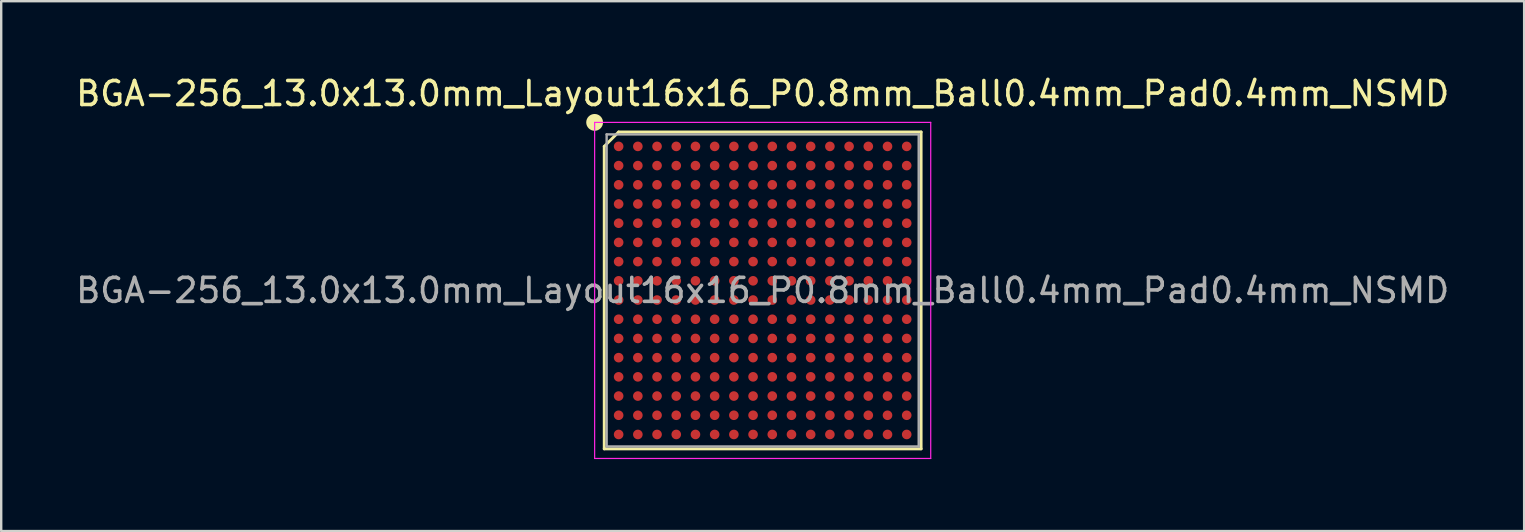
<source format=kicad_pcb>
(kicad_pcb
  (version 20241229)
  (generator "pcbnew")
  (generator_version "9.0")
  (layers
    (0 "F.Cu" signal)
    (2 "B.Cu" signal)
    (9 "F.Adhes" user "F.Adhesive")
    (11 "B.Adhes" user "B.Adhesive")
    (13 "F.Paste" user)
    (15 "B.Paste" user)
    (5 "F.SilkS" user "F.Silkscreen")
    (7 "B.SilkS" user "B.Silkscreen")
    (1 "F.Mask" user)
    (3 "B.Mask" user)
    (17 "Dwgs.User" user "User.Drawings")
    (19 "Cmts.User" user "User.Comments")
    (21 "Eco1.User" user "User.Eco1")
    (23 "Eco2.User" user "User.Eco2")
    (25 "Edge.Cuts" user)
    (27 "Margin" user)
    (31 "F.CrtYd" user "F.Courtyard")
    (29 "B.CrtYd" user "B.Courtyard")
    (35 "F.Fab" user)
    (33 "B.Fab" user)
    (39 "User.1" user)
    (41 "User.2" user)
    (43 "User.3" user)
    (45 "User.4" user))
  (footprint "BGA-256_13.0x13.0mm_Layout16x16_P0.8mm_Ball0.4mm_Pad0.4mm_NSMD"
    (layer "F.Cu")
    (at 28.72 9.048)
    (property "Reference" "BGA-256_13.0x13.0mm_Layout16x16_P0.8mm_Ball0.4mm_Pad0.4mm_NSMD" (at 0 -8.2 0) (layer "F.SilkS") (effects (font (size 1 1) (thickness 0.15))))
    (attr smd)
    (fp_line (start -6.6 -6) (end -6.6 6.6) (stroke (width 0.12) (type solid)) (layer "F.SilkS"))
    (fp_line (start -6.6 6.6) (end 6.6 6.6) (stroke (width 0.12) (type solid)) (layer "F.SilkS"))
    (fp_line (start -6 -6.6) (end -6.6 -6) (stroke (width 0.12) (type default)) (layer "F.SilkS"))
    (fp_line (start 6.6 -6.6) (end -6 -6.6) (stroke (width 0.12) (type solid)) (layer "F.SilkS"))
    (fp_line (start 6.6 6.6) (end 6.6 -6.6) (stroke (width 0.12) (type solid)) (layer "F.SilkS"))
    (fp_circle (center -7 -7) (end -6.7 -7) (stroke (width 0.1) (type solid)) (fill yes) (layer "F.SilkS"))
    (fp_line (start -7 -7) (end -7 7) (stroke (width 0.05) (type solid)) (layer "F.CrtYd"))
    (fp_line (start -7 -7) (end 7 -7) (stroke (width 0.05) (type solid)) (layer "F.CrtYd"))
    (fp_line (start 7 7) (end -7 7) (stroke (width 0.05) (type solid)) (layer "F.CrtYd"))
    (fp_line (start 7 7) (end 7 -7) (stroke (width 0.05) (type solid)) (layer "F.CrtYd"))
    (fp_line (start -6.5 -6.5) (end -6.5 6.5) (stroke (width 0.1) (type solid)) (layer "F.Fab"))
    (fp_line (start -6.5 6.5) (end 6.5 6.5) (stroke (width 0.1) (type solid)) (layer "F.Fab"))
    (fp_line (start 6.5 -6.5) (end -6.5 -6.5) (stroke (width 0.1) (type solid)) (layer "F.Fab"))
    (fp_line (start 6.5 6.5) (end 6.5 -6.5) (stroke (width 0.1) (type solid)) (layer "F.Fab"))
    (fp_text user "${REFERENCE}" (at 0 0 0) (layer "F.Fab") (effects (font (size 1 1) (thickness 0.15))))
    (pad "A1" smd circle (at -6 -6) (size 0.4 0.4) (layers "F.Cu" "F.Mask" "F.Paste"))
    (pad "A2" smd circle (at -5.2 -6) (size 0.4 0.4) (layers "F.Cu" "F.Mask" "F.Paste"))
    (pad "A3" smd circle (at -4.4 -6) (size 0.4 0.4) (layers "F.Cu" "F.Mask" "F.Paste"))
    (pad "A4" smd circle (at -3.6 -6) (size 0.4 0.4) (layers "F.Cu" "F.Mask" "F.Paste"))
    (pad "A5" smd circle (at -2.8 -6) (size 0.4 0.4) (layers "F.Cu" "F.Mask" "F.Paste"))
    (pad "A6" smd circle (at -2 -6) (size 0.4 0.4) (layers "F.Cu" "F.Mask" "F.Paste"))
    (pad "A7" smd circle (at -1.2 -6) (size 0.4 0.4) (layers "F.Cu" "F.Mask" "F.Paste"))
    (pad "A8" smd circle (at -0.4 -6) (size 0.4 0.4) (layers "F.Cu" "F.Mask" "F.Paste"))
    (pad "A9" smd circle (at 0.4 -6) (size 0.4 0.4) (layers "F.Cu" "F.Mask" "F.Paste"))
    (pad "A10" smd circle (at 1.2 -6) (size 0.4 0.4) (layers "F.Cu" "F.Mask" "F.Paste"))
    (pad "A11" smd circle (at 2 -6) (size 0.4 0.4) (layers "F.Cu" "F.Mask" "F.Paste"))
    (pad "A12" smd circle (at 2.8 -6) (size 0.4 0.4) (layers "F.Cu" "F.Mask" "F.Paste"))
    (pad "A13" smd circle (at 3.6 -6) (size 0.4 0.4) (layers "F.Cu" "F.Mask" "F.Paste"))
    (pad "A14" smd circle (at 4.4 -6) (size 0.4 0.4) (layers "F.Cu" "F.Mask" "F.Paste"))
    (pad "A15" smd circle (at 5.2 -6) (size 0.4 0.4) (layers "F.Cu" "F.Mask" "F.Paste"))
    (pad "A16" smd circle (at 6 -6) (size 0.4 0.4) (layers "F.Cu" "F.Mask" "F.Paste"))
    (pad "B1" smd circle (at -6 -5.2) (size 0.4 0.4) (layers "F.Cu" "F.Mask" "F.Paste"))
    (pad "B2" smd circle (at -5.2 -5.2) (size 0.4 0.4) (layers "F.Cu" "F.Mask" "F.Paste"))
    (pad "B3" smd circle (at -4.4 -5.2) (size 0.4 0.4) (layers "F.Cu" "F.Mask" "F.Paste"))
    (pad "B4" smd circle (at -3.6 -5.2) (size 0.4 0.4) (layers "F.Cu" "F.Mask" "F.Paste"))
    (pad "B5" smd circle (at -2.8 -5.2) (size 0.4 0.4) (layers "F.Cu" "F.Mask" "F.Paste"))
    (pad "B6" smd circle (at -2 -5.2) (size 0.4 0.4) (layers "F.Cu" "F.Mask" "F.Paste"))
    (pad "B7" smd circle (at -1.2 -5.2) (size 0.4 0.4) (layers "F.Cu" "F.Mask" "F.Paste"))
    (pad "B8" smd circle (at -0.4 -5.2) (size 0.4 0.4) (layers "F.Cu" "F.Mask" "F.Paste"))
    (pad "B9" smd circle (at 0.4 -5.2) (size 0.4 0.4) (layers "F.Cu" "F.Mask" "F.Paste"))
    (pad "B10" smd circle (at 1.2 -5.2) (size 0.4 0.4) (layers "F.Cu" "F.Mask" "F.Paste"))
    (pad "B11" smd circle (at 2 -5.2) (size 0.4 0.4) (layers "F.Cu" "F.Mask" "F.Paste"))
    (pad "B12" smd circle (at 2.8 -5.2) (size 0.4 0.4) (layers "F.Cu" "F.Mask" "F.Paste"))
    (pad "B13" smd circle (at 3.6 -5.2) (size 0.4 0.4) (layers "F.Cu" "F.Mask" "F.Paste"))
    (pad "B14" smd circle (at 4.4 -5.2) (size 0.4 0.4) (layers "F.Cu" "F.Mask" "F.Paste"))
    (pad "B15" smd circle (at 5.2 -5.2) (size 0.4 0.4) (layers "F.Cu" "F.Mask" "F.Paste"))
    (pad "B16" smd circle (at 6 -5.2) (size 0.4 0.4) (layers "F.Cu" "F.Mask" "F.Paste"))
    (pad "C1" smd circle (at -6 -4.4) (size 0.4 0.4) (layers "F.Cu" "F.Mask" "F.Paste"))
    (pad "C2" smd circle (at -5.2 -4.4) (size 0.4 0.4) (layers "F.Cu" "F.Mask" "F.Paste"))
    (pad "C3" smd circle (at -4.4 -4.4) (size 0.4 0.4) (layers "F.Cu" "F.Mask" "F.Paste"))
    (pad "C4" smd circle (at -3.6 -4.4) (size 0.4 0.4) (layers "F.Cu" "F.Mask" "F.Paste"))
    (pad "C5" smd circle (at -2.8 -4.4) (size 0.4 0.4) (layers "F.Cu" "F.Mask" "F.Paste"))
    (pad "C6" smd circle (at -2 -4.4) (size 0.4 0.4) (layers "F.Cu" "F.Mask" "F.Paste"))
    (pad "C7" smd circle (at -1.2 -4.4) (size 0.4 0.4) (layers "F.Cu" "F.Mask" "F.Paste"))
    (pad "C8" smd circle (at -0.4 -4.4) (size 0.4 0.4) (layers "F.Cu" "F.Mask" "F.Paste"))
    (pad "C9" smd circle (at 0.4 -4.4) (size 0.4 0.4) (layers "F.Cu" "F.Mask" "F.Paste"))
    (pad "C10" smd circle (at 1.2 -4.4) (size 0.4 0.4) (layers "F.Cu" "F.Mask" "F.Paste"))
    (pad "C11" smd circle (at 2 -4.4) (size 0.4 0.4) (layers "F.Cu" "F.Mask" "F.Paste"))
    (pad "C12" smd circle (at 2.8 -4.4) (size 0.4 0.4) (layers "F.Cu" "F.Mask" "F.Paste"))
    (pad "C13" smd circle (at 3.6 -4.4) (size 0.4 0.4) (layers "F.Cu" "F.Mask" "F.Paste"))
    (pad "C14" smd circle (at 4.4 -4.4) (size 0.4 0.4) (layers "F.Cu" "F.Mask" "F.Paste"))
    (pad "C15" smd circle (at 5.2 -4.4) (size 0.4 0.4) (layers "F.Cu" "F.Mask" "F.Paste"))
    (pad "C16" smd circle (at 6 -4.4) (size 0.4 0.4) (layers "F.Cu" "F.Mask" "F.Paste"))
    (pad "D1" smd circle (at -6 -3.6) (size 0.4 0.4) (layers "F.Cu" "F.Mask" "F.Paste"))
    (pad "D2" smd circle (at -5.2 -3.6) (size 0.4 0.4) (layers "F.Cu" "F.Mask" "F.Paste"))
    (pad "D3" smd circle (at -4.4 -3.6) (size 0.4 0.4) (layers "F.Cu" "F.Mask" "F.Paste"))
    (pad "D4" smd circle (at -3.6 -3.6) (size 0.4 0.4) (layers "F.Cu" "F.Mask" "F.Paste"))
    (pad "D5" smd circle (at -2.8 -3.6) (size 0.4 0.4) (layers "F.Cu" "F.Mask" "F.Paste"))
    (pad "D6" smd circle (at -2 -3.6) (size 0.4 0.4) (layers "F.Cu" "F.Mask" "F.Paste"))
    (pad "D7" smd circle (at -1.2 -3.6) (size 0.4 0.4) (layers "F.Cu" "F.Mask" "F.Paste"))
    (pad "D8" smd circle (at -0.4 -3.6) (size 0.4 0.4) (layers "F.Cu" "F.Mask" "F.Paste"))
    (pad "D9" smd circle (at 0.4 -3.6) (size 0.4 0.4) (layers "F.Cu" "F.Mask" "F.Paste"))
    (pad "D10" smd circle (at 1.2 -3.6) (size 0.4 0.4) (layers "F.Cu" "F.Mask" "F.Paste"))
    (pad "D11" smd circle (at 2 -3.6) (size 0.4 0.4) (layers "F.Cu" "F.Mask" "F.Paste"))
    (pad "D12" smd circle (at 2.8 -3.6) (size 0.4 0.4) (layers "F.Cu" "F.Mask" "F.Paste"))
    (pad "D13" smd circle (at 3.6 -3.6) (size 0.4 0.4) (layers "F.Cu" "F.Mask" "F.Paste"))
    (pad "D14" smd circle (at 4.4 -3.6) (size 0.4 0.4) (layers "F.Cu" "F.Mask" "F.Paste"))
    (pad "D15" smd circle (at 5.2 -3.6) (size 0.4 0.4) (layers "F.Cu" "F.Mask" "F.Paste"))
    (pad "D16" smd circle (at 6 -3.6) (size 0.4 0.4) (layers "F.Cu" "F.Mask" "F.Paste"))
    (pad "E1" smd circle (at -6 -2.8) (size 0.4 0.4) (layers "F.Cu" "F.Mask" "F.Paste"))
    (pad "E2" smd circle (at -5.2 -2.8) (size 0.4 0.4) (layers "F.Cu" "F.Mask" "F.Paste"))
    (pad "E3" smd circle (at -4.4 -2.8) (size 0.4 0.4) (layers "F.Cu" "F.Mask" "F.Paste"))
    (pad "E4" smd circle (at -3.6 -2.8) (size 0.4 0.4) (layers "F.Cu" "F.Mask" "F.Paste"))
    (pad "E5" smd circle (at -2.8 -2.8) (size 0.4 0.4) (layers "F.Cu" "F.Mask" "F.Paste"))
    (pad "E6" smd circle (at -2 -2.8) (size 0.4 0.4) (layers "F.Cu" "F.Mask" "F.Paste"))
    (pad "E7" smd circle (at -1.2 -2.8) (size 0.4 0.4) (layers "F.Cu" "F.Mask" "F.Paste"))
    (pad "E8" smd circle (at -0.4 -2.8) (size 0.4 0.4) (layers "F.Cu" "F.Mask" "F.Paste"))
    (pad "E9" smd circle (at 0.4 -2.8) (size 0.4 0.4) (layers "F.Cu" "F.Mask" "F.Paste"))
    (pad "E10" smd circle (at 1.2 -2.8) (size 0.4 0.4) (layers "F.Cu" "F.Mask" "F.Paste"))
    (pad "E11" smd circle (at 2 -2.8) (size 0.4 0.4) (layers "F.Cu" "F.Mask" "F.Paste"))
    (pad "E12" smd circle (at 2.8 -2.8) (size 0.4 0.4) (layers "F.Cu" "F.Mask" "F.Paste"))
    (pad "E13" smd circle (at 3.6 -2.8) (size 0.4 0.4) (layers "F.Cu" "F.Mask" "F.Paste"))
    (pad "E14" smd circle (at 4.4 -2.8) (size 0.4 0.4) (layers "F.Cu" "F.Mask" "F.Paste"))
    (pad "E15" smd circle (at 5.2 -2.8) (size 0.4 0.4) (layers "F.Cu" "F.Mask" "F.Paste"))
    (pad "E16" smd circle (at 6 -2.8) (size 0.4 0.4) (layers "F.Cu" "F.Mask" "F.Paste"))
    (pad "F1" smd circle (at -6 -2) (size 0.4 0.4) (layers "F.Cu" "F.Mask" "F.Paste"))
    (pad "F2" smd circle (at -5.2 -2) (size 0.4 0.4) (layers "F.Cu" "F.Mask" "F.Paste"))
    (pad "F3" smd circle (at -4.4 -2) (size 0.4 0.4) (layers "F.Cu" "F.Mask" "F.Paste"))
    (pad "F4" smd circle (at -3.6 -2) (size 0.4 0.4) (layers "F.Cu" "F.Mask" "F.Paste"))
    (pad "F5" smd circle (at -2.8 -2) (size 0.4 0.4) (layers "F.Cu" "F.Mask" "F.Paste"))
    (pad "F6" smd circle (at -2 -2) (size 0.4 0.4) (layers "F.Cu" "F.Mask" "F.Paste"))
    (pad "F7" smd circle (at -1.2 -2) (size 0.4 0.4) (layers "F.Cu" "F.Mask" "F.Paste"))
    (pad "F8" smd circle (at -0.4 -2) (size 0.4 0.4) (layers "F.Cu" "F.Mask" "F.Paste"))
    (pad "F9" smd circle (at 0.4 -2) (size 0.4 0.4) (layers "F.Cu" "F.Mask" "F.Paste"))
    (pad "F10" smd circle (at 1.2 -2) (size 0.4 0.4) (layers "F.Cu" "F.Mask" "F.Paste"))
    (pad "F11" smd circle (at 2 -2) (size 0.4 0.4) (layers "F.Cu" "F.Mask" "F.Paste"))
    (pad "F12" smd circle (at 2.8 -2) (size 0.4 0.4) (layers "F.Cu" "F.Mask" "F.Paste"))
    (pad "F13" smd circle (at 3.6 -2) (size 0.4 0.4) (layers "F.Cu" "F.Mask" "F.Paste"))
    (pad "F14" smd circle (at 4.4 -2) (size 0.4 0.4) (layers "F.Cu" "F.Mask" "F.Paste"))
    (pad "F15" smd circle (at 5.2 -2) (size 0.4 0.4) (layers "F.Cu" "F.Mask" "F.Paste"))
    (pad "F16" smd circle (at 6 -2) (size 0.4 0.4) (layers "F.Cu" "F.Mask" "F.Paste"))
    (pad "G1" smd circle (at -6 -1.2) (size 0.4 0.4) (layers "F.Cu" "F.Mask" "F.Paste"))
    (pad "G2" smd circle (at -5.2 -1.2) (size 0.4 0.4) (layers "F.Cu" "F.Mask" "F.Paste"))
    (pad "G3" smd circle (at -4.4 -1.2) (size 0.4 0.4) (layers "F.Cu" "F.Mask" "F.Paste"))
    (pad "G4" smd circle (at -3.6 -1.2) (size 0.4 0.4) (layers "F.Cu" "F.Mask" "F.Paste"))
    (pad "G5" smd circle (at -2.8 -1.2) (size 0.4 0.4) (layers "F.Cu" "F.Mask" "F.Paste"))
    (pad "G6" smd circle (at -2 -1.2) (size 0.4 0.4) (layers "F.Cu" "F.Mask" "F.Paste"))
    (pad "G7" smd circle (at -1.2 -1.2) (size 0.4 0.4) (layers "F.Cu" "F.Mask" "F.Paste"))
    (pad "G8" smd circle (at -0.4 -1.2) (size 0.4 0.4) (layers "F.Cu" "F.Mask" "F.Paste"))
    (pad "G9" smd circle (at 0.4 -1.2) (size 0.4 0.4) (layers "F.Cu" "F.Mask" "F.Paste"))
    (pad "G10" smd circle (at 1.2 -1.2) (size 0.4 0.4) (layers "F.Cu" "F.Mask" "F.Paste"))
    (pad "G11" smd circle (at 2 -1.2) (size 0.4 0.4) (layers "F.Cu" "F.Mask" "F.Paste"))
    (pad "G12" smd circle (at 2.8 -1.2) (size 0.4 0.4) (layers "F.Cu" "F.Mask" "F.Paste"))
    (pad "G13" smd circle (at 3.6 -1.2) (size 0.4 0.4) (layers "F.Cu" "F.Mask" "F.Paste"))
    (pad "G14" smd circle (at 4.4 -1.2) (size 0.4 0.4) (layers "F.Cu" "F.Mask" "F.Paste"))
    (pad "G15" smd circle (at 5.2 -1.2) (size 0.4 0.4) (layers "F.Cu" "F.Mask" "F.Paste"))
    (pad "G16" smd circle (at 6 -1.2) (size 0.4 0.4) (layers "F.Cu" "F.Mask" "F.Paste"))
    (pad "H1" smd circle (at -6 -0.4) (size 0.4 0.4) (layers "F.Cu" "F.Mask" "F.Paste"))
    (pad "H2" smd circle (at -5.2 -0.4) (size 0.4 0.4) (layers "F.Cu" "F.Mask" "F.Paste"))
    (pad "H3" smd circle (at -4.4 -0.4) (size 0.4 0.4) (layers "F.Cu" "F.Mask" "F.Paste"))
    (pad "H4" smd circle (at -3.6 -0.4) (size 0.4 0.4) (layers "F.Cu" "F.Mask" "F.Paste"))
    (pad "H5" smd circle (at -2.8 -0.4) (size 0.4 0.4) (layers "F.Cu" "F.Mask" "F.Paste"))
    (pad "H6" smd circle (at -2 -0.4) (size 0.4 0.4) (layers "F.Cu" "F.Mask" "F.Paste"))
    (pad "H7" smd circle (at -1.2 -0.4) (size 0.4 0.4) (layers "F.Cu" "F.Mask" "F.Paste"))
    (pad "H8" smd circle (at -0.4 -0.4) (size 0.4 0.4) (layers "F.Cu" "F.Mask" "F.Paste"))
    (pad "H9" smd circle (at 0.4 -0.4) (size 0.4 0.4) (layers "F.Cu" "F.Mask" "F.Paste"))
    (pad "H10" smd circle (at 1.2 -0.4) (size 0.4 0.4) (layers "F.Cu" "F.Mask" "F.Paste"))
    (pad "H11" smd circle (at 2 -0.4) (size 0.4 0.4) (layers "F.Cu" "F.Mask" "F.Paste"))
    (pad "H12" smd circle (at 2.8 -0.4) (size 0.4 0.4) (layers "F.Cu" "F.Mask" "F.Paste"))
    (pad "H13" smd circle (at 3.6 -0.4) (size 0.4 0.4) (layers "F.Cu" "F.Mask" "F.Paste"))
    (pad "H14" smd circle (at 4.4 -0.4) (size 0.4 0.4) (layers "F.Cu" "F.Mask" "F.Paste"))
    (pad "H15" smd circle (at 5.2 -0.4) (size 0.4 0.4) (layers "F.Cu" "F.Mask" "F.Paste"))
    (pad "H16" smd circle (at 6 -0.4) (size 0.4 0.4) (layers "F.Cu" "F.Mask" "F.Paste"))
    (pad "J1" smd circle (at -6 0.4) (size 0.4 0.4) (layers "F.Cu" "F.Mask" "F.Paste"))
    (pad "J2" smd circle (at -5.2 0.4) (size 0.4 0.4) (layers "F.Cu" "F.Mask" "F.Paste"))
    (pad "J3" smd circle (at -4.4 0.4) (size 0.4 0.4) (layers "F.Cu" "F.Mask" "F.Paste"))
    (pad "J4" smd circle (at -3.6 0.4) (size 0.4 0.4) (layers "F.Cu" "F.Mask" "F.Paste"))
    (pad "J5" smd circle (at -2.8 0.4) (size 0.4 0.4) (layers "F.Cu" "F.Mask" "F.Paste"))
    (pad "J6" smd circle (at -2 0.4) (size 0.4 0.4) (layers "F.Cu" "F.Mask" "F.Paste"))
    (pad "J7" smd circle (at -1.2 0.4) (size 0.4 0.4) (layers "F.Cu" "F.Mask" "F.Paste"))
    (pad "J8" smd circle (at -0.4 0.4) (size 0.4 0.4) (layers "F.Cu" "F.Mask" "F.Paste"))
    (pad "J9" smd circle (at 0.4 0.4) (size 0.4 0.4) (layers "F.Cu" "F.Mask" "F.Paste"))
    (pad "J10" smd circle (at 1.2 0.4) (size 0.4 0.4) (layers "F.Cu" "F.Mask" "F.Paste"))
    (pad "J11" smd circle (at 2 0.4) (size 0.4 0.4) (layers "F.Cu" "F.Mask" "F.Paste"))
    (pad "J12" smd circle (at 2.8 0.4) (size 0.4 0.4) (layers "F.Cu" "F.Mask" "F.Paste"))
    (pad "J13" smd circle (at 3.6 0.4) (size 0.4 0.4) (layers "F.Cu" "F.Mask" "F.Paste"))
    (pad "J14" smd circle (at 4.4 0.4) (size 0.4 0.4) (layers "F.Cu" "F.Mask" "F.Paste"))
    (pad "J15" smd circle (at 5.2 0.4) (size 0.4 0.4) (layers "F.Cu" "F.Mask" "F.Paste"))
    (pad "J16" smd circle (at 6 0.4) (size 0.4 0.4) (layers "F.Cu" "F.Mask" "F.Paste"))
    (pad "K1" smd circle (at -6 1.2) (size 0.4 0.4) (layers "F.Cu" "F.Mask" "F.Paste"))
    (pad "K2" smd circle (at -5.2 1.2) (size 0.4 0.4) (layers "F.Cu" "F.Mask" "F.Paste"))
    (pad "K3" smd circle (at -4.4 1.2) (size 0.4 0.4) (layers "F.Cu" "F.Mask" "F.Paste"))
    (pad "K4" smd circle (at -3.6 1.2) (size 0.4 0.4) (layers "F.Cu" "F.Mask" "F.Paste"))
    (pad "K5" smd circle (at -2.8 1.2) (size 0.4 0.4) (layers "F.Cu" "F.Mask" "F.Paste"))
    (pad "K6" smd circle (at -2 1.2) (size 0.4 0.4) (layers "F.Cu" "F.Mask" "F.Paste"))
    (pad "K7" smd circle (at -1.2 1.2) (size 0.4 0.4) (layers "F.Cu" "F.Mask" "F.Paste"))
    (pad "K8" smd circle (at -0.4 1.2) (size 0.4 0.4) (layers "F.Cu" "F.Mask" "F.Paste"))
    (pad "K9" smd circle (at 0.4 1.2) (size 0.4 0.4) (layers "F.Cu" "F.Mask" "F.Paste"))
    (pad "K10" smd circle (at 1.2 1.2) (size 0.4 0.4) (layers "F.Cu" "F.Mask" "F.Paste"))
    (pad "K11" smd circle (at 2 1.2) (size 0.4 0.4) (layers "F.Cu" "F.Mask" "F.Paste"))
    (pad "K12" smd circle (at 2.8 1.2) (size 0.4 0.4) (layers "F.Cu" "F.Mask" "F.Paste"))
    (pad "K13" smd circle (at 3.6 1.2) (size 0.4 0.4) (layers "F.Cu" "F.Mask" "F.Paste"))
    (pad "K14" smd circle (at 4.4 1.2) (size 0.4 0.4) (layers "F.Cu" "F.Mask" "F.Paste"))
    (pad "K15" smd circle (at 5.2 1.2) (size 0.4 0.4) (layers "F.Cu" "F.Mask" "F.Paste"))
    (pad "K16" smd circle (at 6 1.2) (size 0.4 0.4) (layers "F.Cu" "F.Mask" "F.Paste"))
    (pad "L1" smd circle (at -6 2) (size 0.4 0.4) (layers "F.Cu" "F.Mask" "F.Paste"))
    (pad "L2" smd circle (at -5.2 2) (size 0.4 0.4) (layers "F.Cu" "F.Mask" "F.Paste"))
    (pad "L3" smd circle (at -4.4 2) (size 0.4 0.4) (layers "F.Cu" "F.Mask" "F.Paste"))
    (pad "L4" smd circle (at -3.6 2) (size 0.4 0.4) (layers "F.Cu" "F.Mask" "F.Paste"))
    (pad "L5" smd circle (at -2.8 2) (size 0.4 0.4) (layers "F.Cu" "F.Mask" "F.Paste"))
    (pad "L6" smd circle (at -2 2) (size 0.4 0.4) (layers "F.Cu" "F.Mask" "F.Paste"))
    (pad "L7" smd circle (at -1.2 2) (size 0.4 0.4) (layers "F.Cu" "F.Mask" "F.Paste"))
    (pad "L8" smd circle (at -0.4 2) (size 0.4 0.4) (layers "F.Cu" "F.Mask" "F.Paste"))
    (pad "L9" smd circle (at 0.4 2) (size 0.4 0.4) (layers "F.Cu" "F.Mask" "F.Paste"))
    (pad "L10" smd circle (at 1.2 2) (size 0.4 0.4) (layers "F.Cu" "F.Mask" "F.Paste"))
    (pad "L11" smd circle (at 2 2) (size 0.4 0.4) (layers "F.Cu" "F.Mask" "F.Paste"))
    (pad "L12" smd circle (at 2.8 2) (size 0.4 0.4) (layers "F.Cu" "F.Mask" "F.Paste"))
    (pad "L13" smd circle (at 3.6 2) (size 0.4 0.4) (layers "F.Cu" "F.Mask" "F.Paste"))
    (pad "L14" smd circle (at 4.4 2) (size 0.4 0.4) (layers "F.Cu" "F.Mask" "F.Paste"))
    (pad "L15" smd circle (at 5.2 2) (size 0.4 0.4) (layers "F.Cu" "F.Mask" "F.Paste"))
    (pad "L16" smd circle (at 6 2) (size 0.4 0.4) (layers "F.Cu" "F.Mask" "F.Paste"))
    (pad "M1" smd circle (at -6 2.8) (size 0.4 0.4) (layers "F.Cu" "F.Mask" "F.Paste"))
    (pad "M2" smd circle (at -5.2 2.8) (size 0.4 0.4) (layers "F.Cu" "F.Mask" "F.Paste"))
    (pad "M3" smd circle (at -4.4 2.8) (size 0.4 0.4) (layers "F.Cu" "F.Mask" "F.Paste"))
    (pad "M4" smd circle (at -3.6 2.8) (size 0.4 0.4) (layers "F.Cu" "F.Mask" "F.Paste"))
    (pad "M5" smd circle (at -2.8 2.8) (size 0.4 0.4) (layers "F.Cu" "F.Mask" "F.Paste"))
    (pad "M6" smd circle (at -2 2.8) (size 0.4 0.4) (layers "F.Cu" "F.Mask" "F.Paste"))
    (pad "M7" smd circle (at -1.2 2.8) (size 0.4 0.4) (layers "F.Cu" "F.Mask" "F.Paste"))
    (pad "M8" smd circle (at -0.4 2.8) (size 0.4 0.4) (layers "F.Cu" "F.Mask" "F.Paste"))
    (pad "M9" smd circle (at 0.4 2.8) (size 0.4 0.4) (layers "F.Cu" "F.Mask" "F.Paste"))
    (pad "M10" smd circle (at 1.2 2.8) (size 0.4 0.4) (layers "F.Cu" "F.Mask" "F.Paste"))
    (pad "M11" smd circle (at 2 2.8) (size 0.4 0.4) (layers "F.Cu" "F.Mask" "F.Paste"))
    (pad "M12" smd circle (at 2.8 2.8) (size 0.4 0.4) (layers "F.Cu" "F.Mask" "F.Paste"))
    (pad "M13" smd circle (at 3.6 2.8) (size 0.4 0.4) (layers "F.Cu" "F.Mask" "F.Paste"))
    (pad "M14" smd circle (at 4.4 2.8) (size 0.4 0.4) (layers "F.Cu" "F.Mask" "F.Paste"))
    (pad "M15" smd circle (at 5.2 2.8) (size 0.4 0.4) (layers "F.Cu" "F.Mask" "F.Paste"))
    (pad "M16" smd circle (at 6 2.8) (size 0.4 0.4) (layers "F.Cu" "F.Mask" "F.Paste"))
    (pad "N1" smd circle (at -6 3.6) (size 0.4 0.4) (layers "F.Cu" "F.Mask" "F.Paste"))
    (pad "N2" smd circle (at -5.2 3.6) (size 0.4 0.4) (layers "F.Cu" "F.Mask" "F.Paste"))
    (pad "N3" smd circle (at -4.4 3.6) (size 0.4 0.4) (layers "F.Cu" "F.Mask" "F.Paste"))
    (pad "N4" smd circle (at -3.6 3.6) (size 0.4 0.4) (layers "F.Cu" "F.Mask" "F.Paste"))
    (pad "N5" smd circle (at -2.8 3.6) (size 0.4 0.4) (layers "F.Cu" "F.Mask" "F.Paste"))
    (pad "N6" smd circle (at -2 3.6) (size 0.4 0.4) (layers "F.Cu" "F.Mask" "F.Paste"))
    (pad "N7" smd circle (at -1.2 3.6) (size 0.4 0.4) (layers "F.Cu" "F.Mask" "F.Paste"))
    (pad "N8" smd circle (at -0.4 3.6) (size 0.4 0.4) (layers "F.Cu" "F.Mask" "F.Paste"))
    (pad "N9" smd circle (at 0.4 3.6) (size 0.4 0.4) (layers "F.Cu" "F.Mask" "F.Paste"))
    (pad "N10" smd circle (at 1.2 3.6) (size 0.4 0.4) (layers "F.Cu" "F.Mask" "F.Paste"))
    (pad "N11" smd circle (at 2 3.6) (size 0.4 0.4) (layers "F.Cu" "F.Mask" "F.Paste"))
    (pad "N12" smd circle (at 2.8 3.6) (size 0.4 0.4) (layers "F.Cu" "F.Mask" "F.Paste"))
    (pad "N13" smd circle (at 3.6 3.6) (size 0.4 0.4) (layers "F.Cu" "F.Mask" "F.Paste"))
    (pad "N14" smd circle (at 4.4 3.6) (size 0.4 0.4) (layers "F.Cu" "F.Mask" "F.Paste"))
    (pad "N15" smd circle (at 5.2 3.6) (size 0.4 0.4) (layers "F.Cu" "F.Mask" "F.Paste"))
    (pad "N16" smd circle (at 6 3.6) (size 0.4 0.4) (layers "F.Cu" "F.Mask" "F.Paste"))
    (pad "P1" smd circle (at -6 4.4) (size 0.4 0.4) (layers "F.Cu" "F.Mask" "F.Paste"))
    (pad "P2" smd circle (at -5.2 4.4) (size 0.4 0.4) (layers "F.Cu" "F.Mask" "F.Paste"))
    (pad "P3" smd circle (at -4.4 4.4) (size 0.4 0.4) (layers "F.Cu" "F.Mask" "F.Paste"))
    (pad "P4" smd circle (at -3.6 4.4) (size 0.4 0.4) (layers "F.Cu" "F.Mask" "F.Paste"))
    (pad "P5" smd circle (at -2.8 4.4) (size 0.4 0.4) (layers "F.Cu" "F.Mask" "F.Paste"))
    (pad "P6" smd circle (at -2 4.4) (size 0.4 0.4) (layers "F.Cu" "F.Mask" "F.Paste"))
    (pad "P7" smd circle (at -1.2 4.4) (size 0.4 0.4) (layers "F.Cu" "F.Mask" "F.Paste"))
    (pad "P8" smd circle (at -0.4 4.4) (size 0.4 0.4) (layers "F.Cu" "F.Mask" "F.Paste"))
    (pad "P9" smd circle (at 0.4 4.4) (size 0.4 0.4) (layers "F.Cu" "F.Mask" "F.Paste"))
    (pad "P10" smd circle (at 1.2 4.4) (size 0.4 0.4) (layers "F.Cu" "F.Mask" "F.Paste"))
    (pad "P11" smd circle (at 2 4.4) (size 0.4 0.4) (layers "F.Cu" "F.Mask" "F.Paste"))
    (pad "P12" smd circle (at 2.8 4.4) (size 0.4 0.4) (layers "F.Cu" "F.Mask" "F.Paste"))
    (pad "P13" smd circle (at 3.6 4.4) (size 0.4 0.4) (layers "F.Cu" "F.Mask" "F.Paste"))
    (pad "P14" smd circle (at 4.4 4.4) (size 0.4 0.4) (layers "F.Cu" "F.Mask" "F.Paste"))
    (pad "P15" smd circle (at 5.2 4.4) (size 0.4 0.4) (layers "F.Cu" "F.Mask" "F.Paste"))
    (pad "P16" smd circle (at 6 4.4) (size 0.4 0.4) (layers "F.Cu" "F.Mask" "F.Paste"))
    (pad "R1" smd circle (at -6 5.2) (size 0.4 0.4) (layers "F.Cu" "F.Mask" "F.Paste"))
    (pad "R2" smd circle (at -5.2 5.2) (size 0.4 0.4) (layers "F.Cu" "F.Mask" "F.Paste"))
    (pad "R3" smd circle (at -4.4 5.2) (size 0.4 0.4) (layers "F.Cu" "F.Mask" "F.Paste"))
    (pad "R4" smd circle (at -3.6 5.2) (size 0.4 0.4) (layers "F.Cu" "F.Mask" "F.Paste"))
    (pad "R5" smd circle (at -2.8 5.2) (size 0.4 0.4) (layers "F.Cu" "F.Mask" "F.Paste"))
    (pad "R6" smd circle (at -2 5.2) (size 0.4 0.4) (layers "F.Cu" "F.Mask" "F.Paste"))
    (pad "R7" smd circle (at -1.2 5.2) (size 0.4 0.4) (layers "F.Cu" "F.Mask" "F.Paste"))
    (pad "R8" smd circle (at -0.4 5.2) (size 0.4 0.4) (layers "F.Cu" "F.Mask" "F.Paste"))
    (pad "R9" smd circle (at 0.4 5.2) (size 0.4 0.4) (layers "F.Cu" "F.Mask" "F.Paste"))
    (pad "R10" smd circle (at 1.2 5.2) (size 0.4 0.4) (layers "F.Cu" "F.Mask" "F.Paste"))
    (pad "R11" smd circle (at 2 5.2) (size 0.4 0.4) (layers "F.Cu" "F.Mask" "F.Paste"))
    (pad "R12" smd circle (at 2.8 5.2) (size 0.4 0.4) (layers "F.Cu" "F.Mask" "F.Paste"))
    (pad "R13" smd circle (at 3.6 5.2) (size 0.4 0.4) (layers "F.Cu" "F.Mask" "F.Paste"))
    (pad "R14" smd circle (at 4.4 5.2) (size 0.4 0.4) (layers "F.Cu" "F.Mask" "F.Paste"))
    (pad "R15" smd circle (at 5.2 5.2) (size 0.4 0.4) (layers "F.Cu" "F.Mask" "F.Paste"))
    (pad "R16" smd circle (at 6 5.2) (size 0.4 0.4) (layers "F.Cu" "F.Mask" "F.Paste"))
    (pad "T1" smd circle (at -6 6) (size 0.4 0.4) (layers "F.Cu" "F.Mask" "F.Paste"))
    (pad "T2" smd circle (at -5.2 6) (size 0.4 0.4) (layers "F.Cu" "F.Mask" "F.Paste"))
    (pad "T3" smd circle (at -4.4 6) (size 0.4 0.4) (layers "F.Cu" "F.Mask" "F.Paste"))
    (pad "T4" smd circle (at -3.6 6) (size 0.4 0.4) (layers "F.Cu" "F.Mask" "F.Paste"))
    (pad "T5" smd circle (at -2.8 6) (size 0.4 0.4) (layers "F.Cu" "F.Mask" "F.Paste"))
    (pad "T6" smd circle (at -2 6) (size 0.4 0.4) (layers "F.Cu" "F.Mask" "F.Paste"))
    (pad "T7" smd circle (at -1.2 6) (size 0.4 0.4) (layers "F.Cu" "F.Mask" "F.Paste"))
    (pad "T8" smd circle (at -0.4 6) (size 0.4 0.4) (layers "F.Cu" "F.Mask" "F.Paste"))
    (pad "T9" smd circle (at 0.4 6) (size 0.4 0.4) (layers "F.Cu" "F.Mask" "F.Paste"))
    (pad "T10" smd circle (at 1.2 6) (size 0.4 0.4) (layers "F.Cu" "F.Mask" "F.Paste"))
    (pad "T11" smd circle (at 2 6) (size 0.4 0.4) (layers "F.Cu" "F.Mask" "F.Paste"))
    (pad "T12" smd circle (at 2.8 6) (size 0.4 0.4) (layers "F.Cu" "F.Mask" "F.Paste"))
    (pad "T13" smd circle (at 3.6 6) (size 0.4 0.4) (layers "F.Cu" "F.Mask" "F.Paste"))
    (pad "T14" smd circle (at 4.4 6) (size 0.4 0.4) (layers "F.Cu" "F.Mask" "F.Paste"))
    (pad "T15" smd circle (at 5.2 6) (size 0.4 0.4) (layers "F.Cu" "F.Mask" "F.Paste"))
    (pad "T16" smd circle (at 6 6) (size 0.4 0.4) (layers "F.Cu" "F.Mask" "F.Paste")))
  (gr_rect
    (start -3 -3)
    (end 60.44 19.073)
    (stroke (width 0.1) (type default))
    (fill no)
    (layer "Edge.Cuts")))
</source>
